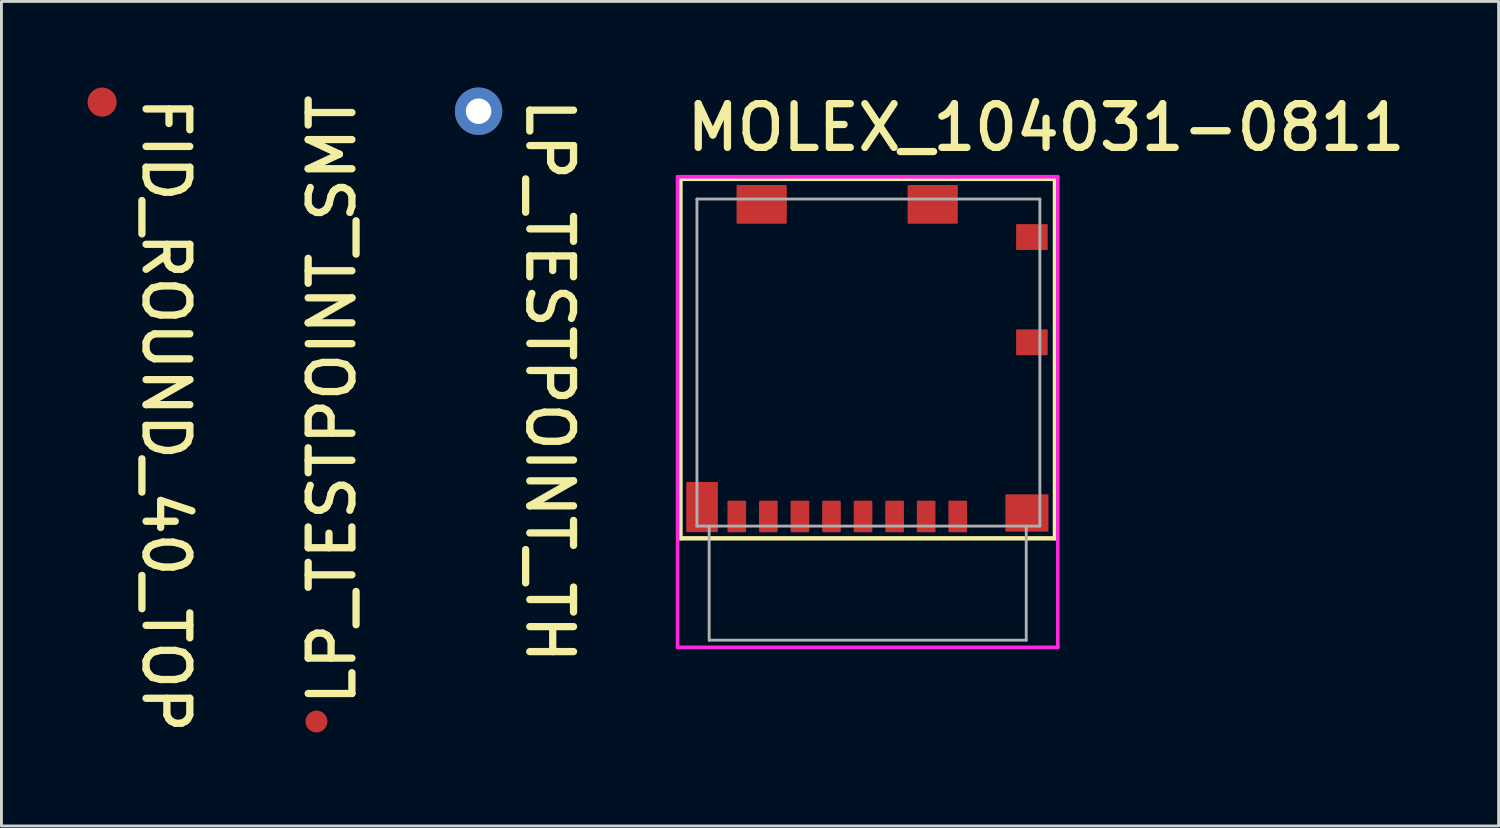
<source format=kicad_pcb>
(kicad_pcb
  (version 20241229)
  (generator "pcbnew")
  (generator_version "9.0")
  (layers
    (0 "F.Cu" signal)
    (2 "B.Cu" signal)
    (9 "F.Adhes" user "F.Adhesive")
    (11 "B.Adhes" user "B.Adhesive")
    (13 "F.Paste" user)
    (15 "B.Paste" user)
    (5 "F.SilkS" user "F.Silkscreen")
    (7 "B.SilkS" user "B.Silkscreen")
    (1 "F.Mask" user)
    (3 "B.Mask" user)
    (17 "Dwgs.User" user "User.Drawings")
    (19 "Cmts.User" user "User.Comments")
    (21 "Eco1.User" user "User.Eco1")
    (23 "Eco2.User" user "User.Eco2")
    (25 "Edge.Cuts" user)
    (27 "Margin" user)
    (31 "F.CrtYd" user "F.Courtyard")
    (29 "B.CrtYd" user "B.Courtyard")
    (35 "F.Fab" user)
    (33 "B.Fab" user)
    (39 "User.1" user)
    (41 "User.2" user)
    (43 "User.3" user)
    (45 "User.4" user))
  (footprint "MOLEX_104031-0811"
    (layer "F.Cu")
    (at 27.163 9.51)
    (property "Reference" "MOLEX_104031-0811" (at -6.409 -7.224 0) (unlocked yes) (layer "F.SilkS") (effects (font (size 1.524 1.524) (thickness 0.254)) (justify left bottom)))
    (fp_line (start -6.5 -6.325) (end 6.55 -6.325) (stroke (width 0.152) (type solid)) (layer "F.SilkS"))
    (fp_line (start -6.5 6.2) (end -6.5 -6.325) (stroke (width 0.152) (type solid)) (layer "F.SilkS"))
    (fp_line (start -6.5 6.2) (end 6.55 6.2) (stroke (width 0.152) (type solid)) (layer "F.SilkS"))
    (fp_line (start 6.55 6.2) (end 6.55 -6.325) (stroke (width 0.152) (type solid)) (layer "F.SilkS"))
    (fp_line (start -6.6 -6.4) (end 6.65 -6.4) (stroke (width 0.127) (type solid)) (layer "F.CrtYd"))
    (fp_line (start -6.6 10) (end -6.6 -6.4) (stroke (width 0.127) (type solid)) (layer "F.CrtYd"))
    (fp_line (start -6.6 10) (end 6.65 10) (stroke (width 0.127) (type solid)) (layer "F.CrtYd"))
    (fp_line (start 6.65 10) (end 6.65 -6.4) (stroke (width 0.127) (type solid)) (layer "F.CrtYd"))
    (fp_line (start -5.925 -5.625) (end 6.025 -5.625) (stroke (width 0.1) (type solid)) (layer "F.Fab"))
    (fp_line (start -5.925 5.775) (end -5.925 -5.625) (stroke (width 0.1) (type solid)) (layer "F.Fab"))
    (fp_line (start -5.925 5.775) (end 6.025 5.775) (stroke (width 0.1) (type solid)) (layer "F.Fab"))
    (fp_line (start -5.5 9.75) (end -5.5 5.775) (stroke (width 0.1) (type solid)) (layer "F.Fab"))
    (fp_line (start -5.5 9.75) (end 5.55 9.75) (stroke (width 0.1) (type solid)) (layer "F.Fab"))
    (fp_line (start 5.55 9.75) (end 5.55 5.775) (stroke (width 0.1) (type solid)) (layer "F.Fab"))
    (fp_line (start 6.025 5.775) (end 6.025 -5.625) (stroke (width 0.1) (type solid)) (layer "F.Fab"))
    (fp_text user "${REFERENCE}" (at -0.178 0.381 0) (unlocked yes) (layer "User.6") (effects (font (size 0.635 0.635) (thickness 0.076))))
    (pad "1" smd roundrect (at 3.163 5.438 90) (size 1.1 0.65) (layers "F.Cu" "F.Mask" "F.Paste") (roundrect_rratio 0.05))
    (pad "2" smd roundrect (at 2.062 5.438 90) (size 1.1 0.65) (layers "F.Cu" "F.Mask" "F.Paste") (roundrect_rratio 0.05))
    (pad "3" smd roundrect (at 0.963 5.438 90) (size 1.1 0.65) (layers "F.Cu" "F.Mask" "F.Paste") (roundrect_rratio 0.05))
    (pad "4" smd roundrect (at -0.138 5.438 90) (size 1.1 0.65) (layers "F.Cu" "F.Mask" "F.Paste") (roundrect_rratio 0.05))
    (pad "5" smd roundrect (at -1.237 5.438 90) (size 1.1 0.65) (layers "F.Cu" "F.Mask" "F.Paste") (roundrect_rratio 0.05))
    (pad "6" smd roundrect (at -2.337 5.438 90) (size 1.1 0.65) (layers "F.Cu" "F.Mask" "F.Paste") (roundrect_rratio 0.05))
    (pad "7" smd roundrect (at -3.437 5.438 90) (size 1.1 0.65) (layers "F.Cu" "F.Mask" "F.Paste") (roundrect_rratio 0.05))
    (pad "8" smd roundrect (at -4.537 5.438 90) (size 1.1 0.65) (layers "F.Cu" "F.Mask" "F.Paste") (roundrect_rratio 0.05))
    (pad "9" smd roundrect (at -5.747 5.11 90) (size 1.75 1.1) (layers "F.Cu" "F.Mask" "F.Paste") (roundrect_rratio 0.025))
    (pad "9" smd roundrect (at -3.67 -5.438 180) (size 1.75 1.35) (layers "F.Cu" "F.Mask" "F.Paste") (roundrect_rratio 0.025))
    (pad "9" smd roundrect (at 2.29 -5.438 180) (size 1.75 1.35) (layers "F.Cu" "F.Mask" "F.Paste") (roundrect_rratio 0.025))
    (pad "9" smd roundrect (at 5.573 5.317 180) (size 1.5 1.3) (layers "F.Cu" "F.Mask" "F.Paste") (roundrect_rratio 0.025))
    (pad "10" smd roundrect (at 5.748 -4.3 180) (size 1.1 0.9) (layers "F.Cu" "F.Mask" "F.Paste") (roundrect_rratio 0.025))
    (pad "11" smd roundrect (at 5.748 -0.63 180) (size 1.1 0.9) (layers "F.Cu" "F.Mask" "F.Paste") (roundrect_rratio 0.025)))
  (footprint "LP_TESTPOINT_TH"
    (layer "F.Cu")
    (at 13.628 0.826)
    (property "Reference" "LP_TESTPOINT_TH" (at 1.585 -0.567 270) (unlocked yes) (layer "F.SilkS") (effects (font (size 1.524 1.524) (thickness 0.254)) (justify left bottom)))
    (pad "1" thru_hole circle (at 0 0 180) (size 1.651 1.651) (drill 0.889) (layers "*.Cu" "*.Mask")))
  (footprint "LP_TESTPOINT_SMT"
    (layer "F.Cu")
    (at 7.978 22.093)
    (property "Reference" "LP_TESTPOINT_SMT" (at 1.435 -0.445 90) (unlocked yes) (layer "F.SilkS") (effects (font (size 1.524 1.524) (thickness 0.254)) (justify left bottom)))
    (pad "1" smd circle (at 0 0) (size 0.762 0.762) (layers "F.Cu" "F.Mask" "F.Paste")))
  (footprint "FID_ROUND_40_TOP"
    (layer "F.Cu")
    (at 0.508 0.508)
    (property "Reference" "FID_ROUND_40_TOP" (at 1.333 -0.292 270) (unlocked yes) (layer "F.SilkS") (effects (font (size 1.524 1.524) (thickness 0.254)) (justify left bottom)))
    (pad "1" smd circle (at 0 0 180) (size 1.016 1.016) (layers "F.Cu" "F.Mask" "F.Paste")))
  (gr_rect
    (start -3 -3)
    (end 49.175 25.735)
    (stroke (width 0.1) (type default))
    (fill no)
    (layer "Edge.Cuts")))
</source>
